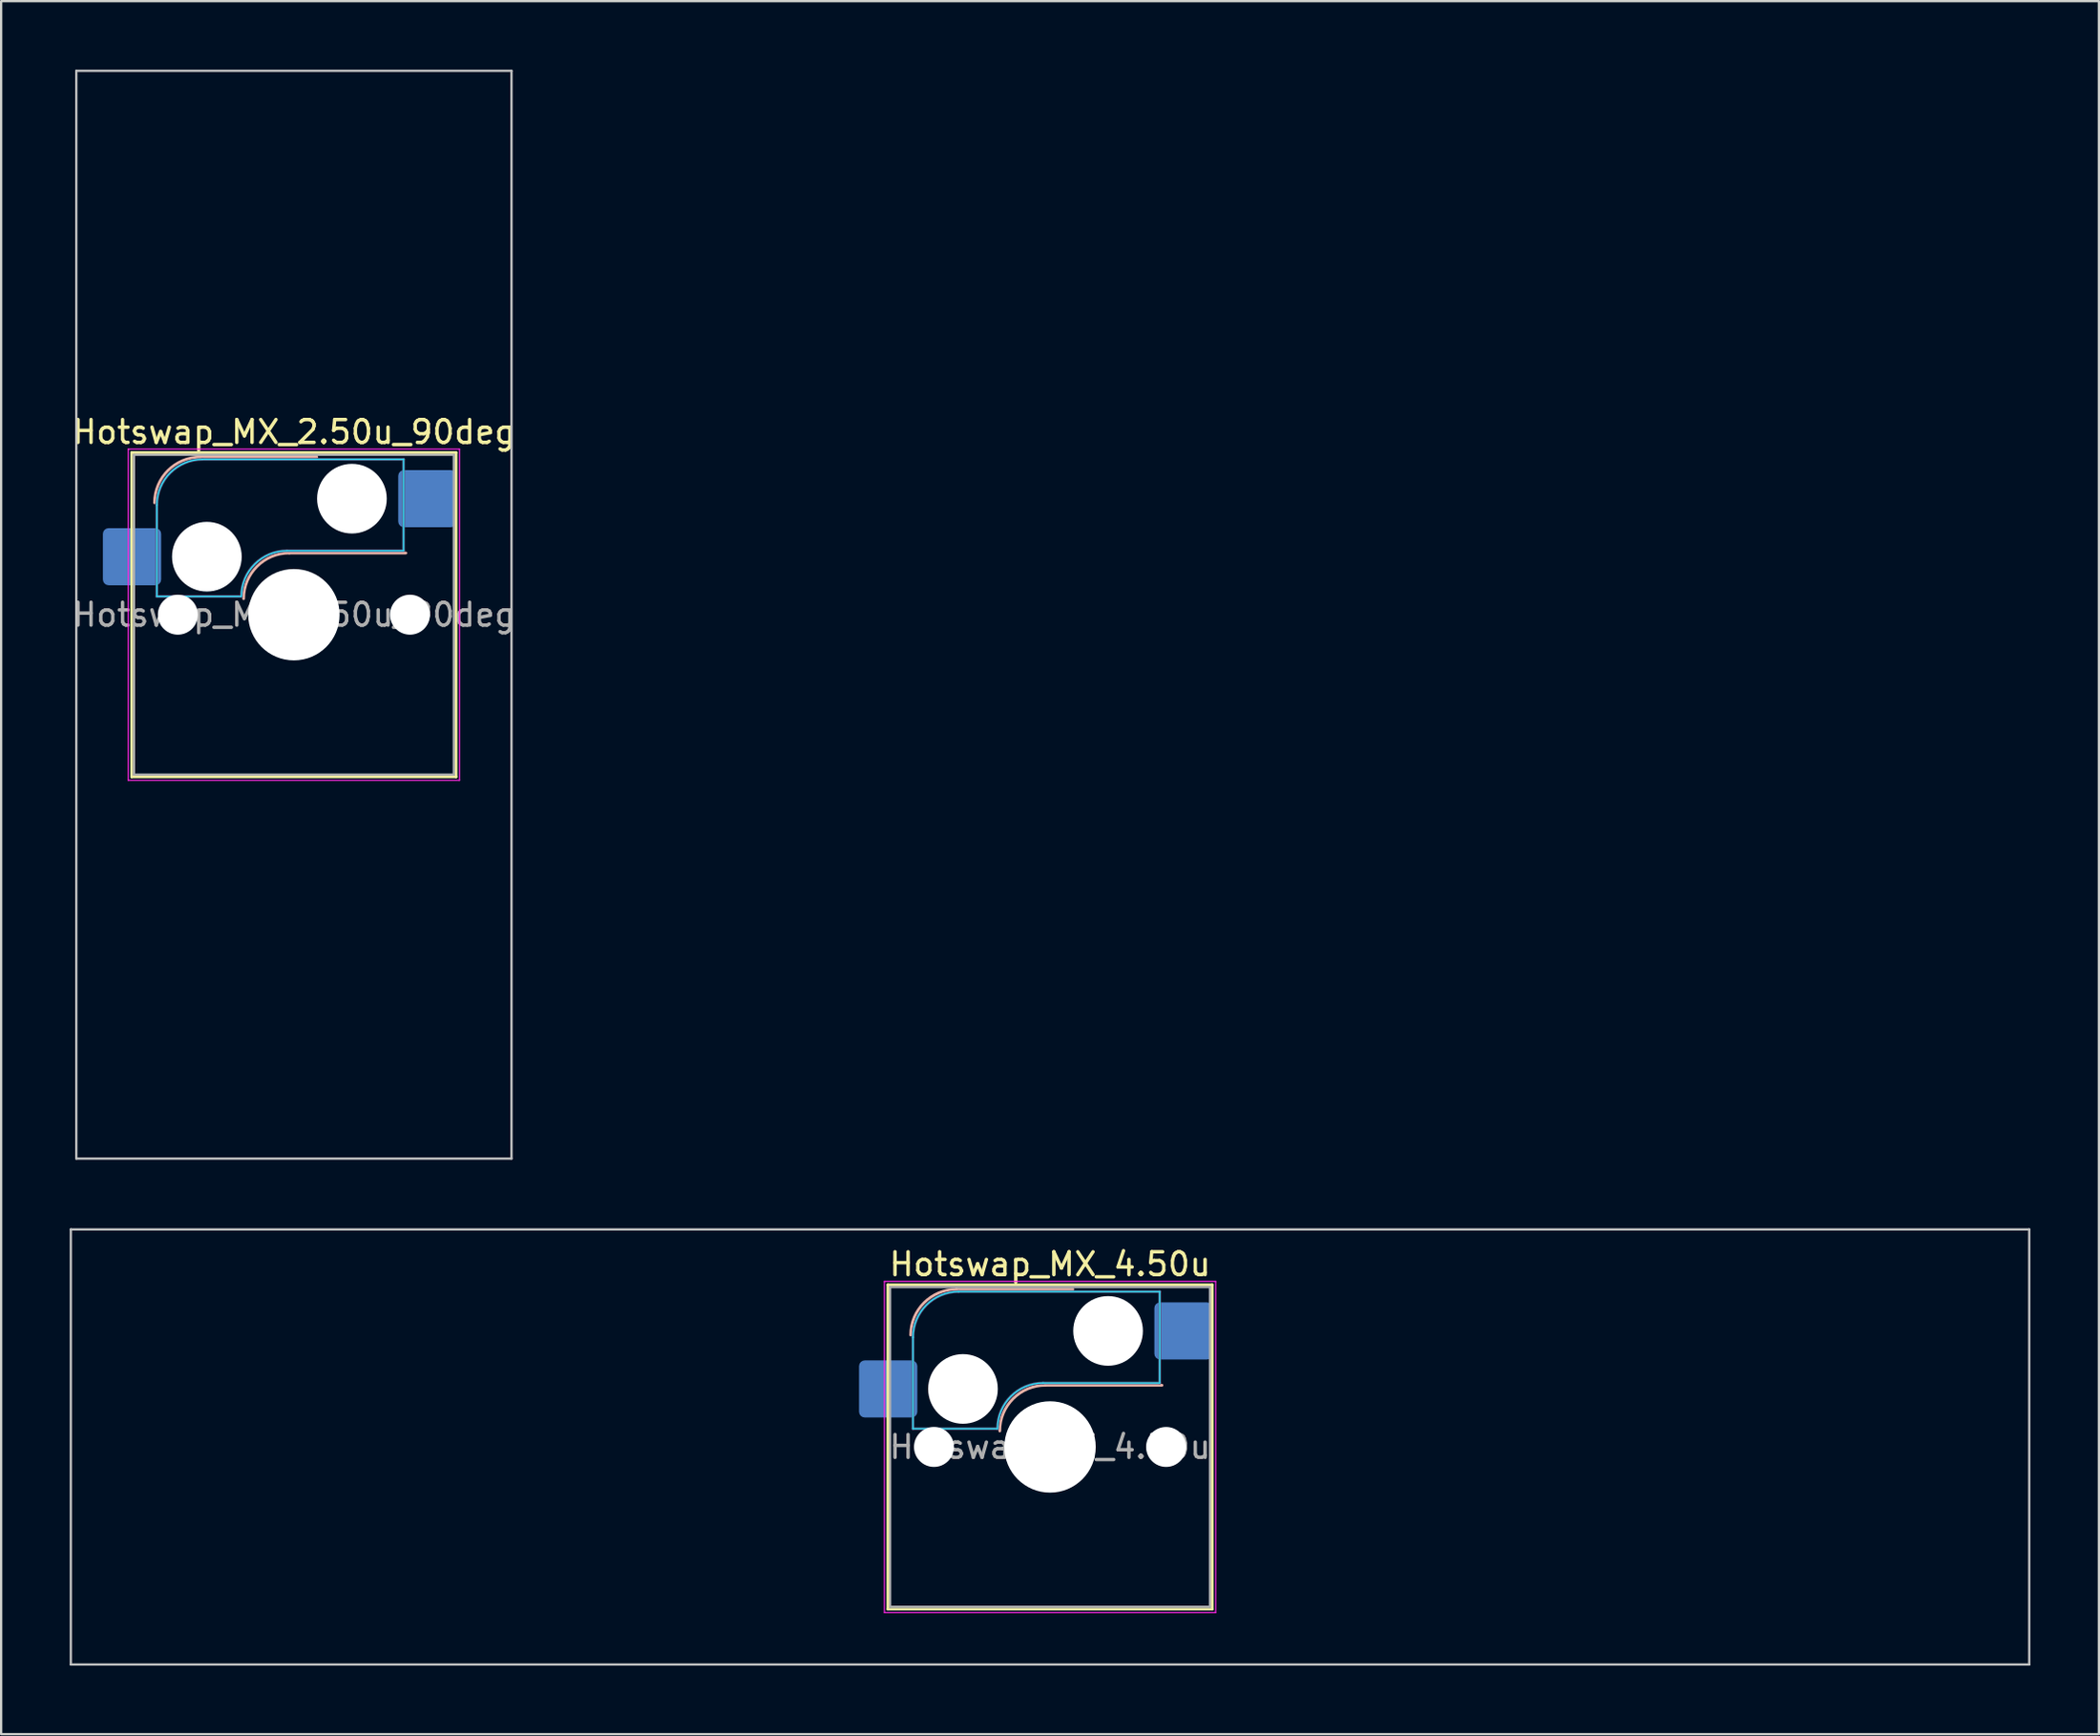
<source format=kicad_pcb>
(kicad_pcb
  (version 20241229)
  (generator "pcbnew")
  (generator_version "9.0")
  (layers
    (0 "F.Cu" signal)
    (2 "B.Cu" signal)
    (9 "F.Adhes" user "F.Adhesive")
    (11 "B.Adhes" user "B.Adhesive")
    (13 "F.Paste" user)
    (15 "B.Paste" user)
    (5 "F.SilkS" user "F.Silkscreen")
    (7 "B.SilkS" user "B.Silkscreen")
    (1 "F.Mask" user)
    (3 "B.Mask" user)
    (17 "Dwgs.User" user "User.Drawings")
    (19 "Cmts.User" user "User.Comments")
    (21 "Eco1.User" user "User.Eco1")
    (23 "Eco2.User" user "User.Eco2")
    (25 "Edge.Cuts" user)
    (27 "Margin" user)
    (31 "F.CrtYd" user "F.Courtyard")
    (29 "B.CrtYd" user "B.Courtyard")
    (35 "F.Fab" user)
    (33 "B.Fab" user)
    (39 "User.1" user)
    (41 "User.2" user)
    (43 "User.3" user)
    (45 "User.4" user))
  (footprint "Hotswap_MX_2.50u_90deg"
    (layer "F.Cu")
    (at 9.815 23.863)
    (property "Reference" "Hotswap_MX_2.50u_90deg" (at 0 -8 0) (layer "F.SilkS") (effects (font (size 1 1) (thickness 0.15))))
    (attr smd)
    (fp_line (start -7.1 -7.1) (end -7.1 7.1) (stroke (width 0.12) (type solid)) (layer "F.SilkS"))
    (fp_line (start -7.1 7.1) (end 7.1 7.1) (stroke (width 0.12) (type solid)) (layer "F.SilkS"))
    (fp_line (start 7.1 -7.1) (end -7.1 -7.1) (stroke (width 0.12) (type solid)) (layer "F.SilkS"))
    (fp_line (start 7.1 7.1) (end 7.1 -7.1) (stroke (width 0.12) (type solid)) (layer "F.SilkS"))
    (fp_line (start -4.1 -6.9) (end 1 -6.9) (stroke (width 0.12) (type solid)) (layer "B.SilkS"))
    (fp_line (start -0.2 -2.7) (end 4.9 -2.7) (stroke (width 0.12) (type solid)) (layer "B.SilkS"))
    (fp_arc (start -6.1 -4.9) (mid -5.514214 -6.314214) (end -4.1 -6.9) (stroke (width 0.12) (type solid)) (layer "B.SilkS"))
    (fp_arc (start -2.2 -0.7) (mid -1.614214 -2.114214) (end -0.2 -2.7) (stroke (width 0.12) (type solid)) (layer "B.SilkS"))
    (fp_line (start -9.525 -23.812) (end 9.525 -23.812) (stroke (width 0.1) (type solid)) (layer "Dwgs.User"))
    (fp_line (start -9.525 23.812) (end -9.525 -23.812) (stroke (width 0.1) (type solid)) (layer "Dwgs.User"))
    (fp_line (start 9.525 -23.812) (end 9.525 23.812) (stroke (width 0.1) (type solid)) (layer "Dwgs.User"))
    (fp_line (start 9.525 23.812) (end -9.525 23.812) (stroke (width 0.1) (type solid)) (layer "Dwgs.User"))
    (fp_line (start -7.8 -6) (end -7 -6) (stroke (width 0.1) (type solid)) (layer "Eco1.User"))
    (fp_line (start -7.8 -2.9) (end -7.8 -6) (stroke (width 0.1) (type solid)) (layer "Eco1.User"))
    (fp_line (start -7.8 2.9) (end -7 2.9) (stroke (width 0.1) (type solid)) (layer "Eco1.User"))
    (fp_line (start -7.8 6) (end -7.8 2.9) (stroke (width 0.1) (type solid)) (layer "Eco1.User"))
    (fp_line (start -7 -7) (end 7 -7) (stroke (width 0.1) (type solid)) (layer "Eco1.User"))
    (fp_line (start -7 -6) (end -7 -7) (stroke (width 0.1) (type solid)) (layer "Eco1.User"))
    (fp_line (start -7 -2.9) (end -7.8 -2.9) (stroke (width 0.1) (type solid)) (layer "Eco1.User"))
    (fp_line (start -7 2.9) (end -7 -2.9) (stroke (width 0.1) (type solid)) (layer "Eco1.User"))
    (fp_line (start -7 6) (end -7.8 6) (stroke (width 0.1) (type solid)) (layer "Eco1.User"))
    (fp_line (start -7 7) (end -7 6) (stroke (width 0.1) (type solid)) (layer "Eco1.User"))
    (fp_line (start 7 -7) (end 7 -6) (stroke (width 0.1) (type solid)) (layer "Eco1.User"))
    (fp_line (start 7 -6) (end 7.8 -6) (stroke (width 0.1) (type solid)) (layer "Eco1.User"))
    (fp_line (start 7 -2.9) (end 7 2.9) (stroke (width 0.1) (type solid)) (layer "Eco1.User"))
    (fp_line (start 7 2.9) (end 7.8 2.9) (stroke (width 0.1) (type solid)) (layer "Eco1.User"))
    (fp_line (start 7 6) (end 7 7) (stroke (width 0.1) (type solid)) (layer "Eco1.User"))
    (fp_line (start 7 7) (end -7 7) (stroke (width 0.1) (type solid)) (layer "Eco1.User"))
    (fp_line (start 7.8 -6) (end 7.8 -2.9) (stroke (width 0.1) (type solid)) (layer "Eco1.User"))
    (fp_line (start 7.8 -2.9) (end 7 -2.9) (stroke (width 0.1) (type solid)) (layer "Eco1.User"))
    (fp_line (start 7.8 2.9) (end 7.8 6) (stroke (width 0.1) (type solid)) (layer "Eco1.User"))
    (fp_line (start 7.8 6) (end 7 6) (stroke (width 0.1) (type solid)) (layer "Eco1.User"))
    (fp_line (start -6 -0.8) (end -6 -4.8) (stroke (width 0.05) (type solid)) (layer "B.CrtYd"))
    (fp_line (start -6 -0.8) (end -2.3 -0.8) (stroke (width 0.05) (type solid)) (layer "B.CrtYd"))
    (fp_line (start -4 -6.8) (end 4.8 -6.8) (stroke (width 0.05) (type solid)) (layer "B.CrtYd"))
    (fp_line (start -0.3 -2.8) (end 4.8 -2.8) (stroke (width 0.05) (type solid)) (layer "B.CrtYd"))
    (fp_line (start 4.8 -6.8) (end 4.8 -2.8) (stroke (width 0.05) (type solid)) (layer "B.CrtYd"))
    (fp_arc (start -6 -4.8) (mid -5.414214 -6.214214) (end -4 -6.8) (stroke (width 0.05) (type solid)) (layer "B.CrtYd"))
    (fp_arc (start -2.3 -0.8) (mid -1.714214 -2.214214) (end -0.3 -2.8) (stroke (width 0.05) (type solid)) (layer "B.CrtYd"))
    (fp_line (start -7.25 -7.25) (end -7.25 7.25) (stroke (width 0.05) (type solid)) (layer "F.CrtYd"))
    (fp_line (start -7.25 7.25) (end 7.25 7.25) (stroke (width 0.05) (type solid)) (layer "F.CrtYd"))
    (fp_line (start 7.25 -7.25) (end -7.25 -7.25) (stroke (width 0.05) (type solid)) (layer "F.CrtYd"))
    (fp_line (start 7.25 7.25) (end 7.25 -7.25) (stroke (width 0.05) (type solid)) (layer "F.CrtYd"))
    (fp_line (start -6 -0.8) (end -6 -4.8) (stroke (width 0.12) (type solid)) (layer "B.Fab"))
    (fp_line (start -6 -0.8) (end -2.3 -0.8) (stroke (width 0.12) (type solid)) (layer "B.Fab"))
    (fp_line (start -4 -6.8) (end 4.8 -6.8) (stroke (width 0.12) (type solid)) (layer "B.Fab"))
    (fp_line (start -0.3 -2.8) (end 4.8 -2.8) (stroke (width 0.12) (type solid)) (layer "B.Fab"))
    (fp_line (start 4.8 -6.8) (end 4.8 -2.8) (stroke (width 0.12) (type solid)) (layer "B.Fab"))
    (fp_arc (start -6 -4.8) (mid -5.414214 -6.214214) (end -4 -6.8) (stroke (width 0.12) (type solid)) (layer "B.Fab"))
    (fp_arc (start -2.3 -0.8) (mid -1.714214 -2.214214) (end -0.3 -2.8) (stroke (width 0.12) (type solid)) (layer "B.Fab"))
    (fp_line (start -7 -7) (end -7 7) (stroke (width 0.1) (type solid)) (layer "F.Fab"))
    (fp_line (start -7 7) (end 7 7) (stroke (width 0.1) (type solid)) (layer "F.Fab"))
    (fp_line (start 7 -7) (end -7 -7) (stroke (width 0.1) (type solid)) (layer "F.Fab"))
    (fp_line (start 7 7) (end 7 -7) (stroke (width 0.1) (type solid)) (layer "F.Fab"))
    (fp_text user "${REFERENCE}" (at 0 0 0) (layer "F.Fab") (effects (font (size 1 1) (thickness 0.15))))
    (pad "" np_thru_hole circle (at -5.08 0) (size 1.75 1.75) (drill 1.75) (layers "*.Cu" "*.Mask"))
    (pad "" np_thru_hole circle (at -3.81 -2.54) (size 3.05 3.05) (drill 3.05) (layers "*.Cu" "*.Mask"))
    (pad "" np_thru_hole circle (at 0 0) (size 4 4) (drill 4) (layers "*.Cu" "*.Mask"))
    (pad "" np_thru_hole circle (at 2.54 -5.08) (size 3.05 3.05) (drill 3.05) (layers "*.Cu" "*.Mask"))
    (pad "" np_thru_hole circle (at 5.08 0) (size 1.75 1.75) (drill 1.75) (layers "*.Cu" "*.Mask"))
    (pad "1" smd roundrect (at -7.085 -2.54) (size 2.55 2.5) (layers "B.Cu" "B.Mask" "B.Paste") (roundrect_rratio 0.1))
    (pad "2" smd roundrect (at 5.842 -5.08) (size 2.55 2.5) (layers "B.Cu" "B.Mask" "B.Paste") (roundrect_rratio 0.1)))
  (footprint "Hotswap_MX_4.50u"
    (layer "F.Cu")
    (at 42.913 60.3)
    (property "Reference" "Hotswap_MX_4.50u" (at 0 -8 0) (layer "F.SilkS") (effects (font (size 1 1) (thickness 0.15))))
    (attr smd)
    (fp_line (start -7.1 -7.1) (end -7.1 7.1) (stroke (width 0.12) (type solid)) (layer "F.SilkS"))
    (fp_line (start -7.1 7.1) (end 7.1 7.1) (stroke (width 0.12) (type solid)) (layer "F.SilkS"))
    (fp_line (start 7.1 -7.1) (end -7.1 -7.1) (stroke (width 0.12) (type solid)) (layer "F.SilkS"))
    (fp_line (start 7.1 7.1) (end 7.1 -7.1) (stroke (width 0.12) (type solid)) (layer "F.SilkS"))
    (fp_line (start -4.1 -6.9) (end 1 -6.9) (stroke (width 0.12) (type solid)) (layer "B.SilkS"))
    (fp_line (start -0.2 -2.7) (end 4.9 -2.7) (stroke (width 0.12) (type solid)) (layer "B.SilkS"))
    (fp_arc (start -6.1 -4.9) (mid -5.514214 -6.314214) (end -4.1 -6.9) (stroke (width 0.12) (type solid)) (layer "B.SilkS"))
    (fp_arc (start -2.2 -0.7) (mid -1.614214 -2.114214) (end -0.2 -2.7) (stroke (width 0.12) (type solid)) (layer "B.SilkS"))
    (fp_line (start -42.862 -9.525) (end -42.862 9.525) (stroke (width 0.1) (type solid)) (layer "Dwgs.User"))
    (fp_line (start -42.862 9.525) (end 42.862 9.525) (stroke (width 0.1) (type solid)) (layer "Dwgs.User"))
    (fp_line (start 42.862 -9.525) (end -42.862 -9.525) (stroke (width 0.1) (type solid)) (layer "Dwgs.User"))
    (fp_line (start 42.862 9.525) (end 42.862 -9.525) (stroke (width 0.1) (type solid)) (layer "Dwgs.User"))
    (fp_line (start -7.8 -6) (end -7 -6) (stroke (width 0.1) (type solid)) (layer "Eco1.User"))
    (fp_line (start -7.8 -2.9) (end -7.8 -6) (stroke (width 0.1) (type solid)) (layer "Eco1.User"))
    (fp_line (start -7.8 2.9) (end -7 2.9) (stroke (width 0.1) (type solid)) (layer "Eco1.User"))
    (fp_line (start -7.8 6) (end -7.8 2.9) (stroke (width 0.1) (type solid)) (layer "Eco1.User"))
    (fp_line (start -7 -7) (end 7 -7) (stroke (width 0.1) (type solid)) (layer "Eco1.User"))
    (fp_line (start -7 -6) (end -7 -7) (stroke (width 0.1) (type solid)) (layer "Eco1.User"))
    (fp_line (start -7 -2.9) (end -7.8 -2.9) (stroke (width 0.1) (type solid)) (layer "Eco1.User"))
    (fp_line (start -7 2.9) (end -7 -2.9) (stroke (width 0.1) (type solid)) (layer "Eco1.User"))
    (fp_line (start -7 6) (end -7.8 6) (stroke (width 0.1) (type solid)) (layer "Eco1.User"))
    (fp_line (start -7 7) (end -7 6) (stroke (width 0.1) (type solid)) (layer "Eco1.User"))
    (fp_line (start 7 -7) (end 7 -6) (stroke (width 0.1) (type solid)) (layer "Eco1.User"))
    (fp_line (start 7 -6) (end 7.8 -6) (stroke (width 0.1) (type solid)) (layer "Eco1.User"))
    (fp_line (start 7 -2.9) (end 7 2.9) (stroke (width 0.1) (type solid)) (layer "Eco1.User"))
    (fp_line (start 7 2.9) (end 7.8 2.9) (stroke (width 0.1) (type solid)) (layer "Eco1.User"))
    (fp_line (start 7 6) (end 7 7) (stroke (width 0.1) (type solid)) (layer "Eco1.User"))
    (fp_line (start 7 7) (end -7 7) (stroke (width 0.1) (type solid)) (layer "Eco1.User"))
    (fp_line (start 7.8 -6) (end 7.8 -2.9) (stroke (width 0.1) (type solid)) (layer "Eco1.User"))
    (fp_line (start 7.8 -2.9) (end 7 -2.9) (stroke (width 0.1) (type solid)) (layer "Eco1.User"))
    (fp_line (start 7.8 2.9) (end 7.8 6) (stroke (width 0.1) (type solid)) (layer "Eco1.User"))
    (fp_line (start 7.8 6) (end 7 6) (stroke (width 0.1) (type solid)) (layer "Eco1.User"))
    (fp_line (start -6 -0.8) (end -6 -4.8) (stroke (width 0.05) (type solid)) (layer "B.CrtYd"))
    (fp_line (start -6 -0.8) (end -2.3 -0.8) (stroke (width 0.05) (type solid)) (layer "B.CrtYd"))
    (fp_line (start -4 -6.8) (end 4.8 -6.8) (stroke (width 0.05) (type solid)) (layer "B.CrtYd"))
    (fp_line (start -0.3 -2.8) (end 4.8 -2.8) (stroke (width 0.05) (type solid)) (layer "B.CrtYd"))
    (fp_line (start 4.8 -6.8) (end 4.8 -2.8) (stroke (width 0.05) (type solid)) (layer "B.CrtYd"))
    (fp_arc (start -6 -4.8) (mid -5.414214 -6.214214) (end -4 -6.8) (stroke (width 0.05) (type solid)) (layer "B.CrtYd"))
    (fp_arc (start -2.3 -0.8) (mid -1.714214 -2.214214) (end -0.3 -2.8) (stroke (width 0.05) (type solid)) (layer "B.CrtYd"))
    (fp_line (start -7.25 -7.25) (end -7.25 7.25) (stroke (width 0.05) (type solid)) (layer "F.CrtYd"))
    (fp_line (start -7.25 7.25) (end 7.25 7.25) (stroke (width 0.05) (type solid)) (layer "F.CrtYd"))
    (fp_line (start 7.25 -7.25) (end -7.25 -7.25) (stroke (width 0.05) (type solid)) (layer "F.CrtYd"))
    (fp_line (start 7.25 7.25) (end 7.25 -7.25) (stroke (width 0.05) (type solid)) (layer "F.CrtYd"))
    (fp_line (start -6 -0.8) (end -6 -4.8) (stroke (width 0.12) (type solid)) (layer "B.Fab"))
    (fp_line (start -6 -0.8) (end -2.3 -0.8) (stroke (width 0.12) (type solid)) (layer "B.Fab"))
    (fp_line (start -4 -6.8) (end 4.8 -6.8) (stroke (width 0.12) (type solid)) (layer "B.Fab"))
    (fp_line (start -0.3 -2.8) (end 4.8 -2.8) (stroke (width 0.12) (type solid)) (layer "B.Fab"))
    (fp_line (start 4.8 -6.8) (end 4.8 -2.8) (stroke (width 0.12) (type solid)) (layer "B.Fab"))
    (fp_arc (start -6 -4.8) (mid -5.414214 -6.214214) (end -4 -6.8) (stroke (width 0.12) (type solid)) (layer "B.Fab"))
    (fp_arc (start -2.3 -0.8) (mid -1.714214 -2.214214) (end -0.3 -2.8) (stroke (width 0.12) (type solid)) (layer "B.Fab"))
    (fp_line (start -7 -7) (end -7 7) (stroke (width 0.1) (type solid)) (layer "F.Fab"))
    (fp_line (start -7 7) (end 7 7) (stroke (width 0.1) (type solid)) (layer "F.Fab"))
    (fp_line (start 7 -7) (end -7 -7) (stroke (width 0.1) (type solid)) (layer "F.Fab"))
    (fp_line (start 7 7) (end 7 -7) (stroke (width 0.1) (type solid)) (layer "F.Fab"))
    (fp_text user "${REFERENCE}" (at 0 0 0) (layer "F.Fab") (effects (font (size 1 1) (thickness 0.15))))
    (pad "" np_thru_hole circle (at -5.08 0) (size 1.75 1.75) (drill 1.75) (layers "*.Cu" "*.Mask"))
    (pad "" np_thru_hole circle (at -3.81 -2.54) (size 3.05 3.05) (drill 3.05) (layers "*.Cu" "*.Mask"))
    (pad "" np_thru_hole circle (at 0 0) (size 4 4) (drill 4) (layers "*.Cu" "*.Mask"))
    (pad "" np_thru_hole circle (at 2.54 -5.08) (size 3.05 3.05) (drill 3.05) (layers "*.Cu" "*.Mask"))
    (pad "" np_thru_hole circle (at 5.08 0) (size 1.75 1.75) (drill 1.75) (layers "*.Cu" "*.Mask"))
    (pad "1" smd roundrect (at -7.085 -2.54) (size 2.55 2.5) (layers "B.Cu" "B.Mask" "B.Paste") (roundrect_rratio 0.1))
    (pad "2" smd roundrect (at 5.842 -5.08) (size 2.55 2.5) (layers "B.Cu" "B.Mask" "B.Paste") (roundrect_rratio 0.1)))
  (gr_rect
    (start -3 -3)
    (end 88.825 72.875)
    (stroke (width 0.1) (type default))
    (fill no)
    (layer "Edge.Cuts")))
</source>
